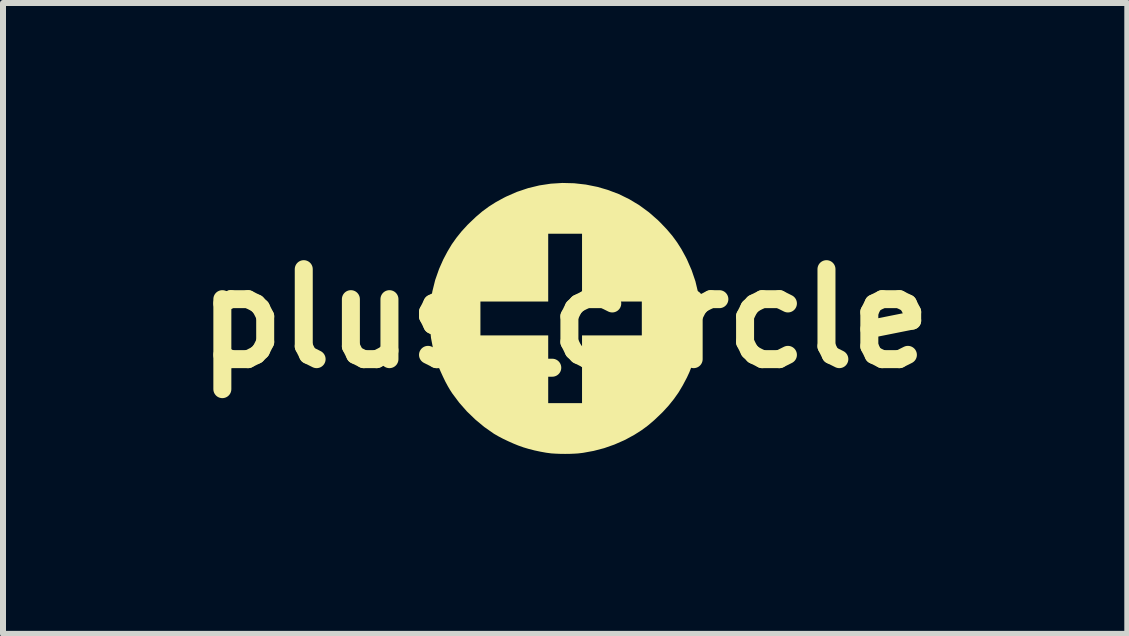
<source format=kicad_pcb>
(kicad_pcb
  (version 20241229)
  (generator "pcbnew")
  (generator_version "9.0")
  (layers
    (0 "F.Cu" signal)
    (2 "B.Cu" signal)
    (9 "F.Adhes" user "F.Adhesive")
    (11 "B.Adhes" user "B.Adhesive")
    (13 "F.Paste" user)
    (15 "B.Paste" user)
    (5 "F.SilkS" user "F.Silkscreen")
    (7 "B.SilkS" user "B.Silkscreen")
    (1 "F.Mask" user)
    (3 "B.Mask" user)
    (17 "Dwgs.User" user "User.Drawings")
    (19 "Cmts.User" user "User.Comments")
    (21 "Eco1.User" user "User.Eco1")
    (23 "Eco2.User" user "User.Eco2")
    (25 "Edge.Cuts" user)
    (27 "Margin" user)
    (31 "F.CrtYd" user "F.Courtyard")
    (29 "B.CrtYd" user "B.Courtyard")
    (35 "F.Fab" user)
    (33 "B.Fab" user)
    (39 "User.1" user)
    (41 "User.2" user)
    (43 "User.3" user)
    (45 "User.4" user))
  (footprint "plus_circle"
    (layer "F.Cu")
    (at 6.371 2.259)
    (property "Reference" "plus_circle" (at 0 0 0) (layer "F.SilkS") (effects (font (size 1.5 1.5) (thickness 0.3))))
    (attr board_only exclude_from_pos_files exclude_from_bom)
    (fp_poly (pts (xy 0.151 -2.254) (xy 0.346 -2.232) (xy 0.54 -2.193) (xy 0.708 -2.144) (xy 0.892 -2.075) (xy 1.068 -1.989) (xy 1.236 -1.888) (xy 1.396 -1.771) (xy 1.548 -1.638) (xy 1.593 -1.593) (xy 1.696 -1.485) (xy 1.786 -1.379) (xy 1.866 -1.27) (xy 1.939 -1.155) (xy 2.009 -1.027) (xy 2.031 -0.984) (xy 2.109 -0.805) (xy 2.172 -0.62) (xy 2.217 -0.432) (xy 2.246 -0.242) (xy 2.259 -0.049) (xy 2.255 0.143) (xy 2.234 0.335) (xy 2.197 0.524) (xy 2.143 0.711) (xy 2.073 0.893) (xy 2.031 0.984) (xy 1.961 1.116) (xy 1.89 1.235) (xy 1.812 1.345) (xy 1.726 1.452) (xy 1.628 1.559) (xy 1.593 1.593) (xy 1.485 1.696) (xy 1.379 1.786) (xy 1.27 1.866) (xy 1.155 1.939) (xy 1.027 2.009) (xy 0.984 2.031) (xy 0.822 2.102) (xy 0.651 2.162) (xy 0.475 2.208) (xy 0.3 2.24) (xy 0.217 2.25) (xy 0.155 2.254) (xy 0.08 2.257) (xy -0.000335 2.258) (xy -0.082 2.257) (xy -0.158 2.254) (xy -0.223 2.25) (xy -0.234 2.249) (xy -0.317 2.238) (xy -0.411 2.221) (xy -0.51 2.2) (xy -0.607 2.175) (xy -0.698 2.148) (xy -0.708 2.144) (xy -0.782 2.118) (xy -0.865 2.084) (xy -0.95 2.046) (xy -1.034 2.006) (xy -1.112 1.965) (xy -1.178 1.927) (xy -1.191 1.919) (xy -1.348 1.809) (xy -1.497 1.685) (xy -1.638 1.549) (xy -1.767 1.402) (xy -1.882 1.248) (xy -1.919 1.191) (xy -1.956 1.128) (xy -1.997 1.052) (xy -2.037 0.969) (xy -2.076 0.884) (xy -2.111 0.801) (xy -2.139 0.724) (xy -2.144 0.708) (xy -2.199 0.517) (xy -2.236 0.323) (xy -2.255 0.128) (xy -2.258 -0.067) (xy -2.244 -0.261) (xy -2.241 -0.282) (xy -1.412 -0.282) (xy -1.412 0) (xy -1.412 0.282) (xy -0.847 0.282) (xy -0.282 0.282) (xy -0.282 0.847) (xy -0.282 1.412) (xy 0 1.412) (xy 0.282 1.412) (xy 0.282 0.847) (xy 0.282 0.282) (xy 0.847 0.282) (xy 1.412 0.282) (xy 1.412 0) (xy 1.412 -0.282) (xy 0.847 -0.282) (xy 0.282 -0.282) (xy 0.282 -0.847) (xy 0.282 -1.412) (xy 0 -1.412) (xy -0.282 -1.412) (xy -0.282 -0.847) (xy -0.282 -0.282) (xy -0.847 -0.282) (xy -1.412 -0.282) (xy -2.241 -0.282) (xy -2.213 -0.452) (xy -2.166 -0.641) (xy -2.101 -0.826) (xy -2.031 -0.984) (xy -1.961 -1.116) (xy -1.89 -1.235) (xy -1.812 -1.345) (xy -1.726 -1.452) (xy -1.628 -1.559) (xy -1.593 -1.593) (xy -1.485 -1.696) (xy -1.379 -1.786) (xy -1.27 -1.866) (xy -1.155 -1.939) (xy -1.027 -2.009) (xy -0.984 -2.031) (xy -0.804 -2.11) (xy -0.619 -2.172) (xy -0.43 -2.218) (xy -0.238 -2.247) (xy -0.044 -2.259)) (stroke (width 0) (type solid)) (fill yes) (layer "F.SilkS")))
  (gr_rect
    (start -3 -3)
    (end 15.743 7.517)
    (stroke (width 0.1) (type default))
    (fill no)
    (layer "Edge.Cuts")))
</source>
